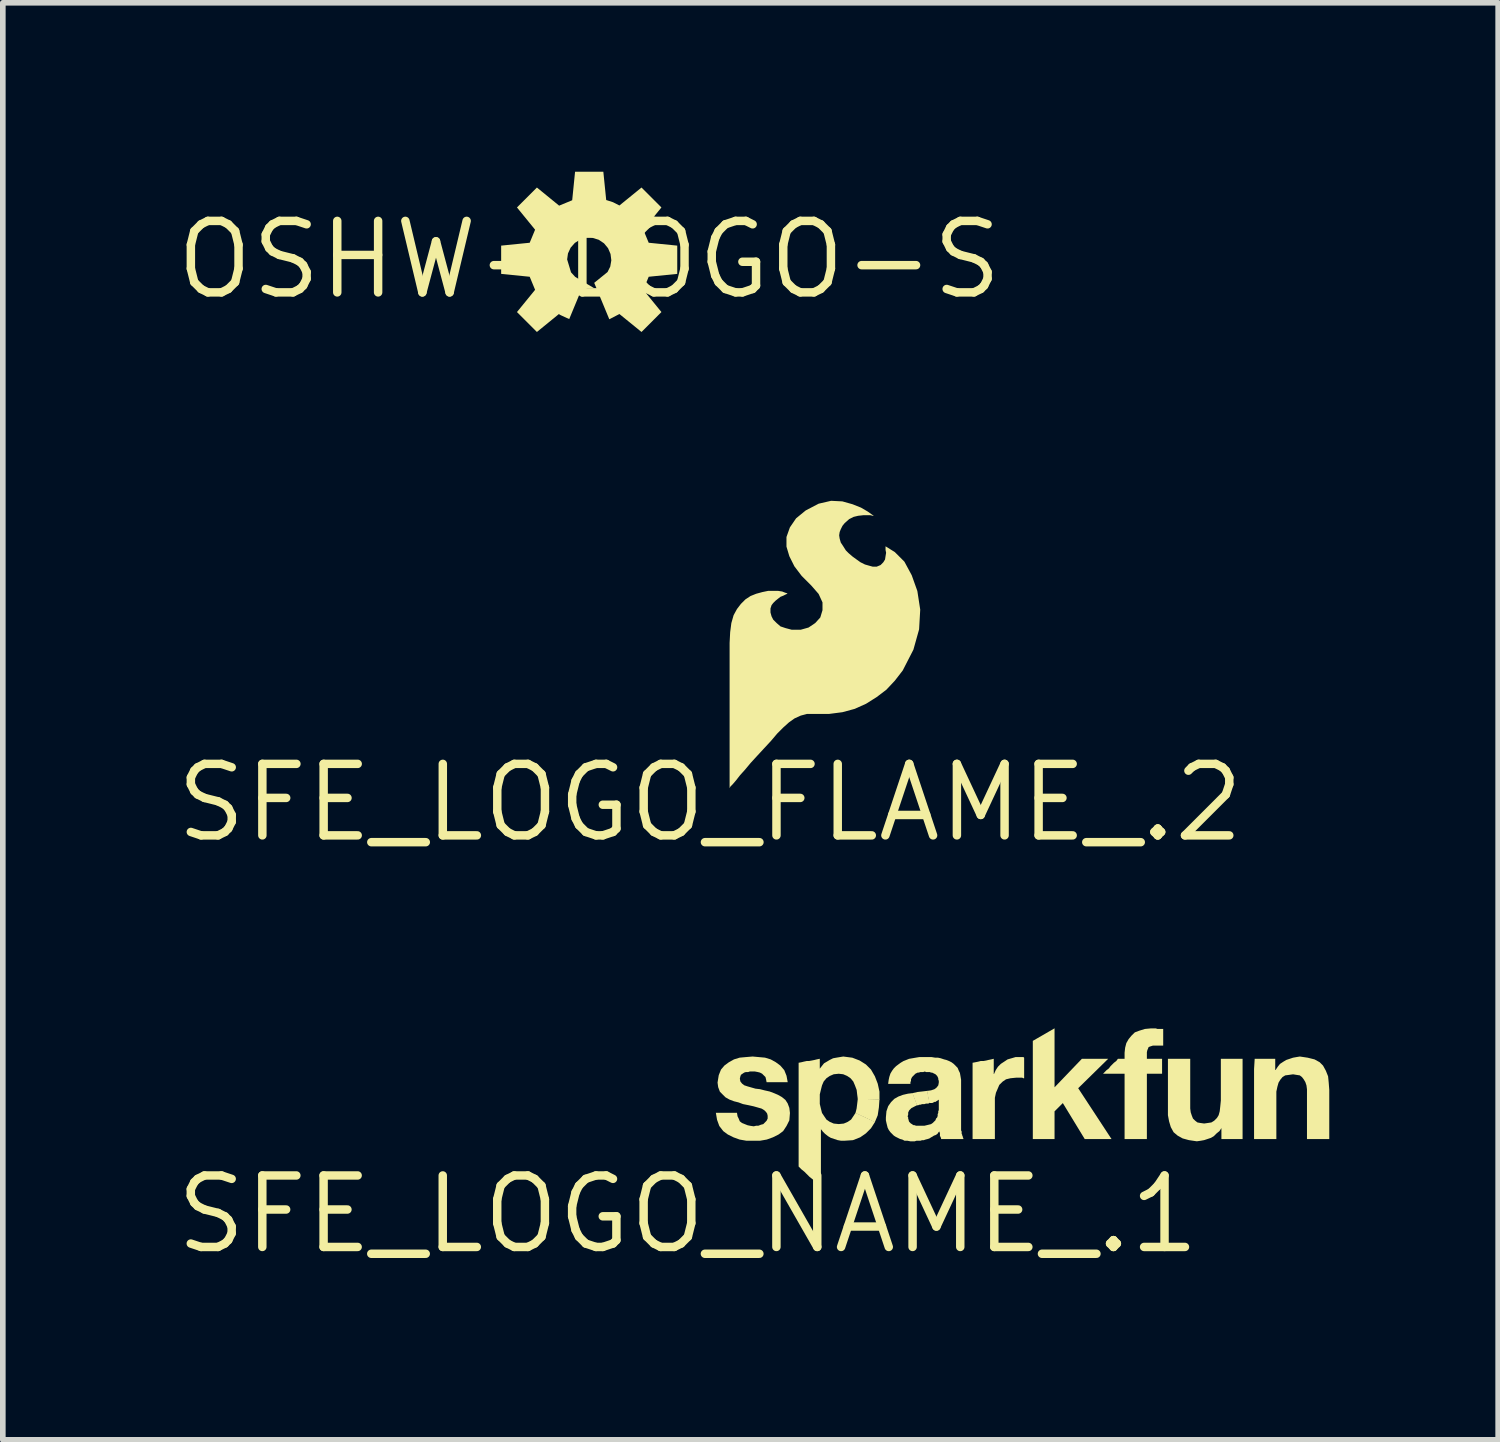
<source format=kicad_pcb>
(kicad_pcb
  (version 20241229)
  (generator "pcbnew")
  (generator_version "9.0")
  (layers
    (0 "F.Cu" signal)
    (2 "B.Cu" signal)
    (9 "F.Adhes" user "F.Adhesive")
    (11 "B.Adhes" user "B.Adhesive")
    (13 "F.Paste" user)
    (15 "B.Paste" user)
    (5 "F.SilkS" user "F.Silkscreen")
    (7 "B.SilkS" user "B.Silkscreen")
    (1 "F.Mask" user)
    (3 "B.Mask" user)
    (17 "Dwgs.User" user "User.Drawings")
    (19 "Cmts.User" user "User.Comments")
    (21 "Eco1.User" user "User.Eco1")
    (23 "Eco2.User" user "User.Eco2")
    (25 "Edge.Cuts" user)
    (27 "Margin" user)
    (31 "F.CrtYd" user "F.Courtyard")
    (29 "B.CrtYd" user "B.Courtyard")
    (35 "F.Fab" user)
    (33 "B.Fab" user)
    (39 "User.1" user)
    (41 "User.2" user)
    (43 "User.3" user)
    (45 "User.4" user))
  (footprint "SFE_LOGO_NAME_.1"
    (layer "F.Cu")
    (at 9.169 18.52)
    (property "Reference" "SFE_LOGO_NAME_.1" (at 0 0 0) (layer "F.SilkS") (effects (font (size 1.27 1.27) (thickness 0.15))))
    (fp_poly (pts (xy 3.403 -2.042) (xy 3.393 -1.9) (xy 3.372 -1.759) (xy 3.321 -1.637) (xy 2.977 -1.799) (xy 2.997 -1.88) (xy 3.007 -1.96) (xy 3.018 -2.053)) (stroke (width 0) (type default)) (fill yes) (layer "F.SilkS"))
    (fp_poly (pts (xy 6.513 -2.256) (xy 6.999 -2.763) (xy 7.466 -2.763) (xy 6.933 -2.24) (xy 7.525 -1.337) (xy 7.049 -1.337) (xy 6.66 -1.976) (xy 6.513 -1.829) (xy 6.513 -1.337) (xy 6.127 -1.337) (xy 6.127 -3.081) (xy 6.513 -3.304)) (stroke (width 0) (type default)) (fill yes) (layer "F.SilkS"))
    (fp_poly (pts (xy 4.293 -1.979) (xy 4.271 -1.967) (xy 4.23 -1.967) (xy 4.2 -1.957) (xy 4.16 -1.957) (xy 4.13 -1.947) (xy 4.111 -1.947) (xy 4.091 -1.937) (xy 4.068 -1.937) (xy 3.987 -2.152) (xy 4.08 -2.173) (xy 4.17 -2.183) (xy 4.252 -2.193)) (stroke (width 0) (type default)) (fill yes) (layer "F.SilkS"))
    (fp_poly (pts (xy 5.973 -2.781) (xy 5.973 -2.417) (xy 5.959 -2.417) (xy 5.939 -2.427) (xy 5.83 -2.427) (xy 5.73 -2.417) (xy 5.651 -2.398) (xy 5.592 -2.358) (xy 5.532 -2.299) (xy 5.502 -2.229) (xy 5.472 -2.159) (xy 5.453 -2.07) (xy 5.453 -1.337) (xy 5.057 -1.337) (xy 5.057 -2.692) (xy 5.11 -2.702) (xy 5.159 -2.712) (xy 5.2 -2.723) (xy 5.25 -2.723) (xy 5.299 -2.732) (xy 5.339 -2.742) (xy 5.389 -2.752) (xy 5.433 -2.763) (xy 5.433 -2.493) (xy 5.438 -2.493) (xy 5.468 -2.561) (xy 5.508 -2.622) (xy 5.558 -2.672) (xy 5.619 -2.712) (xy 5.679 -2.752) (xy 5.749 -2.772) (xy 5.82 -2.793) (xy 5.961 -2.793)) (stroke (width 0) (type default)) (fill yes) (layer "F.SilkS"))
    (fp_poly (pts (xy 8.34 -3.293) (xy 8.443 -3.293) (xy 8.443 -2.997) (xy 8.26 -2.997) (xy 8.201 -2.978) (xy 8.182 -2.968) (xy 8.172 -2.939) (xy 8.162 -2.919) (xy 8.153 -2.88) (xy 8.153 -2.763) (xy 8.423 -2.763) (xy 8.423 -2.497) (xy 8.153 -2.497) (xy 8.153 -1.337) (xy 7.757 -1.337) (xy 7.757 -2.497) (xy 7.374 -2.497) (xy 7.438 -2.562) (xy 7.478 -2.592) (xy 7.508 -2.632) (xy 7.568 -2.692) (xy 7.608 -2.722) (xy 7.639 -2.763) (xy 7.757 -2.763) (xy 7.757 -2.87) (xy 7.767 -2.96) (xy 7.788 -3.041) (xy 7.828 -3.111) (xy 7.878 -3.172) (xy 7.939 -3.232) (xy 8.019 -3.262) (xy 8.12 -3.293) (xy 8.23 -3.303) (xy 8.31 -3.303)) (stroke (width 0) (type default)) (fill yes) (layer "F.SilkS"))
    (fp_poly (pts (xy 8.923 -1.88) (xy 8.932 -1.811) (xy 8.952 -1.751) (xy 8.972 -1.701) (xy 9.012 -1.662) (xy 9.051 -1.632) (xy 9.1 -1.623) (xy 9.17 -1.613) (xy 9.24 -1.623) (xy 9.299 -1.632) (xy 9.348 -1.662) (xy 9.398 -1.712) (xy 9.428 -1.761) (xy 9.447 -1.83) (xy 9.457 -1.92) (xy 9.467 -2.02) (xy 9.467 -2.763) (xy 9.853 -2.763) (xy 9.853 -1.337) (xy 9.477 -1.337) (xy 9.477 -1.532) (xy 9.442 -1.478) (xy 9.392 -1.438) (xy 9.342 -1.388) (xy 9.291 -1.358) (xy 9.231 -1.338) (xy 9.171 -1.318) (xy 9.11 -1.307) (xy 9.04 -1.297) (xy 8.899 -1.318) (xy 8.789 -1.348) (xy 8.699 -1.398) (xy 8.628 -1.458) (xy 8.578 -1.549) (xy 8.548 -1.649) (xy 8.527 -1.76) (xy 8.527 -2.763) (xy 8.923 -2.763)) (stroke (width 0) (type default)) (fill yes) (layer "F.SilkS"))
    (fp_poly (pts (xy 11.01 -2.782) (xy 11.131 -2.752) (xy 11.222 -2.702) (xy 11.282 -2.642) (xy 11.332 -2.551) (xy 11.372 -2.451) (xy 11.383 -2.34) (xy 11.393 -2.21) (xy 11.393 -1.337) (xy 10.997 -1.337) (xy 10.997 -2.22) (xy 10.988 -2.289) (xy 10.968 -2.349) (xy 10.938 -2.399) (xy 10.908 -2.438) (xy 10.869 -2.468) (xy 10.81 -2.477) (xy 10.75 -2.487) (xy 10.68 -2.477) (xy 10.611 -2.468) (xy 10.562 -2.438) (xy 10.522 -2.389) (xy 10.492 -2.339) (xy 10.472 -2.269) (xy 10.453 -2.18) (xy 10.453 -1.337) (xy 10.057 -1.337) (xy 10.057 -2.58) (xy 10.068 -2.763) (xy 10.433 -2.763) (xy 10.433 -2.563) (xy 10.439 -2.563) (xy 10.478 -2.622) (xy 10.518 -2.672) (xy 10.579 -2.712) (xy 10.629 -2.742) (xy 10.689 -2.762) (xy 10.749 -2.782) (xy 10.81 -2.793) (xy 10.87 -2.803)) (stroke (width 0) (type default)) (fill yes) (layer "F.SilkS"))
    (fp_poly (pts (xy 2.921 -2.782) (xy 3.051 -2.732) (xy 3.162 -2.662) (xy 3.252 -2.572) (xy 3.322 -2.451) (xy 3.372 -2.321) (xy 3.403 -2.18) (xy 3.403 -2.037) (xy 3.018 -2.048) (xy 3.007 -2.13) (xy 2.998 -2.209) (xy 2.968 -2.289) (xy 2.938 -2.359) (xy 2.888 -2.418) (xy 2.829 -2.458) (xy 2.759 -2.488) (xy 2.68 -2.497) (xy 2.591 -2.488) (xy 2.521 -2.458) (xy 2.462 -2.418) (xy 2.412 -2.359) (xy 2.382 -2.289) (xy 2.362 -2.209) (xy 2.343 -2.13) (xy 2.343 -1.96) (xy 2.362 -1.881) (xy 2.382 -1.801) (xy 2.422 -1.741) (xy 2.462 -1.682) (xy 2.521 -1.642) (xy 2.591 -1.612) (xy 2.68 -1.603) (xy 2.769 -1.612) (xy 2.839 -1.642) (xy 2.898 -1.682) (xy 2.938 -1.741) (xy 2.979 -1.803) (xy 3.324 -1.641) (xy 3.252 -1.528) (xy 3.162 -1.438) (xy 3.061 -1.368) (xy 2.931 -1.317) (xy 2.78 -1.307) (xy 2.72 -1.307) (xy 2.659 -1.318) (xy 2.599 -1.338) (xy 2.539 -1.358) (xy 2.489 -1.388) (xy 2.438 -1.428) (xy 2.398 -1.468) (xy 2.363 -1.513) (xy 2.363 -0.495) (xy 2.308 -0.538) (xy 2.258 -0.588) (xy 2.208 -0.628) (xy 2.158 -0.668) (xy 2.108 -0.718) (xy 2.068 -0.758) (xy 2.018 -0.798) (xy 1.967 -0.849) (xy 1.967 -2.692) (xy 2.019 -2.702) (xy 2.059 -2.712) (xy 2.11 -2.723) (xy 2.15 -2.723) (xy 2.2 -2.732) (xy 2.249 -2.742) (xy 2.289 -2.752) (xy 2.343 -2.763) (xy 2.343 -2.587) (xy 2.378 -2.632) (xy 2.418 -2.682) (xy 2.469 -2.712) (xy 2.519 -2.742) (xy 2.579 -2.772) (xy 2.64 -2.783) (xy 2.76 -2.803)) (stroke (width 0) (type default)) (fill yes) (layer "F.SilkS"))
    (fp_poly (pts (xy 1.26 -2.793) (xy 1.37 -2.783) (xy 1.471 -2.752) (xy 1.561 -2.702) (xy 1.642 -2.642) (xy 1.712 -2.561) (xy 1.752 -2.461) (xy 1.773 -2.347) (xy 1.398 -2.347) (xy 1.388 -2.399) (xy 1.378 -2.439) (xy 1.348 -2.468) (xy 1.318 -2.498) (xy 1.279 -2.518) (xy 1.239 -2.528) (xy 1.19 -2.537) (xy 1.1 -2.537) (xy 1.07 -2.527) (xy 1.03 -2.527) (xy 1.001 -2.518) (xy 0.971 -2.498) (xy 0.942 -2.478) (xy 0.932 -2.449) (xy 0.923 -2.41) (xy 0.932 -2.361) (xy 0.962 -2.322) (xy 1.001 -2.292) (xy 1.061 -2.272) (xy 1.131 -2.252) (xy 1.201 -2.232) (xy 1.28 -2.223) (xy 1.361 -2.202) (xy 1.451 -2.182) (xy 1.531 -2.152) (xy 1.601 -2.122) (xy 1.671 -2.082) (xy 1.732 -2.032) (xy 1.772 -1.971) (xy 1.802 -1.891) (xy 1.813 -1.8) (xy 1.802 -1.669) (xy 1.752 -1.569) (xy 1.692 -1.478) (xy 1.611 -1.418) (xy 1.511 -1.368) (xy 1.401 -1.328) (xy 1.28 -1.307) (xy 1.04 -1.307) (xy 0.919 -1.328) (xy 0.809 -1.368) (xy 0.709 -1.418) (xy 0.628 -1.478) (xy 0.558 -1.569) (xy 0.518 -1.679) (xy 0.497 -1.803) (xy 0.872 -1.803) (xy 0.882 -1.741) (xy 0.902 -1.701) (xy 0.922 -1.652) (xy 0.961 -1.622) (xy 1.011 -1.602) (xy 1.061 -1.582) (xy 1.11 -1.572) (xy 1.17 -1.563) (xy 1.21 -1.573) (xy 1.25 -1.573) (xy 1.299 -1.592) (xy 1.339 -1.602) (xy 1.398 -1.662) (xy 1.417 -1.701) (xy 1.417 -1.75) (xy 1.408 -1.789) (xy 1.388 -1.818) (xy 1.358 -1.848) (xy 1.309 -1.878) (xy 1.239 -1.898) (xy 1.169 -1.918) (xy 1.079 -1.938) (xy 0.979 -1.958) (xy 0.899 -1.988) (xy 0.819 -2.008) (xy 0.739 -2.038) (xy 0.668 -2.078) (xy 0.618 -2.128) (xy 0.568 -2.179) (xy 0.538 -2.259) (xy 0.527 -2.34) (xy 0.548 -2.471) (xy 0.588 -2.571) (xy 0.648 -2.642) (xy 0.729 -2.702) (xy 0.819 -2.752) (xy 0.92 -2.783) (xy 1.03 -2.793) (xy 1.15 -2.803)) (stroke (width 0) (type default)) (fill yes) (layer "F.SilkS"))
    (fp_poly (pts (xy 4.39 -2.783) (xy 4.44 -2.783) (xy 4.491 -2.772) (xy 4.551 -2.752) (xy 4.591 -2.742) (xy 4.641 -2.722) (xy 4.681 -2.702) (xy 4.722 -2.672) (xy 4.792 -2.601) (xy 4.812 -2.551) (xy 4.832 -2.511) (xy 4.843 -2.45) (xy 4.853 -2.39) (xy 4.853 -1.491) (xy 4.863 -1.471) (xy 4.863 -1.431) (xy 4.873 -1.411) (xy 4.873 -1.401) (xy 4.883 -1.381) (xy 4.883 -1.371) (xy 4.893 -1.351) (xy 4.893 -1.337) (xy 4.497 -1.337) (xy 4.497 -1.359) (xy 4.487 -1.369) (xy 4.487 -1.379) (xy 4.477 -1.389) (xy 4.477 -1.449) (xy 4.467 -1.459) (xy 4.467 -1.474) (xy 4.452 -1.458) (xy 4.432 -1.428) (xy 4.401 -1.408) (xy 4.371 -1.398) (xy 4.341 -1.378) (xy 4.321 -1.368) (xy 4.291 -1.348) (xy 4.261 -1.338) (xy 4.221 -1.328) (xy 4.19 -1.317) (xy 4.16 -1.317) (xy 4.13 -1.307) (xy 4.06 -1.307) (xy 4.03 -1.297) (xy 3.95 -1.297) (xy 3.9 -1.307) (xy 3.849 -1.307) (xy 3.809 -1.328) (xy 3.769 -1.338) (xy 3.729 -1.358) (xy 3.689 -1.378) (xy 3.658 -1.398) (xy 3.598 -1.458) (xy 3.568 -1.499) (xy 3.548 -1.539) (xy 3.538 -1.579) (xy 3.528 -1.619) (xy 3.517 -1.67) (xy 3.517 -1.72) (xy 3.527 -1.831) (xy 3.558 -1.921) (xy 3.608 -1.992) (xy 3.668 -2.052) (xy 3.739 -2.092) (xy 3.819 -2.122) (xy 3.91 -2.143) (xy 3.992 -2.153) (xy 4.073 -1.939) (xy 3.972 -1.888) (xy 3.932 -1.848) (xy 3.913 -1.809) (xy 3.913 -1.77) (xy 3.903 -1.74) (xy 3.913 -1.721) (xy 3.913 -1.7) (xy 3.923 -1.67) (xy 3.923 -1.661) (xy 3.932 -1.642) (xy 3.952 -1.622) (xy 3.962 -1.612) (xy 3.982 -1.602) (xy 3.992 -1.592) (xy 4.011 -1.583) (xy 4.031 -1.583) (xy 4.051 -1.573) (xy 4.2 -1.573) (xy 4.279 -1.592) (xy 4.319 -1.602) (xy 4.348 -1.622) (xy 4.398 -1.671) (xy 4.408 -1.701) (xy 4.428 -1.721) (xy 4.437 -1.75) (xy 4.437 -1.781) (xy 4.447 -1.801) (xy 4.447 -1.831) (xy 4.457 -1.851) (xy 4.457 -2.036) (xy 4.442 -2.028) (xy 4.432 -2.018) (xy 4.412 -2.008) (xy 4.401 -1.997) (xy 4.381 -1.997) (xy 4.341 -1.977) (xy 4.288 -1.977) (xy 4.247 -2.192) (xy 4.319 -2.202) (xy 4.379 -2.222) (xy 4.418 -2.252) (xy 4.448 -2.291) (xy 4.457 -2.34) (xy 4.457 -2.37) (xy 4.447 -2.4) (xy 4.447 -2.419) (xy 4.428 -2.458) (xy 4.398 -2.488) (xy 4.339 -2.517) (xy 4.319 -2.517) (xy 4.299 -2.527) (xy 4.229 -2.527) (xy 4.21 -2.537) (xy 4.18 -2.527) (xy 4.13 -2.527) (xy 4.1 -2.517) (xy 4.081 -2.517) (xy 4.042 -2.498) (xy 3.982 -2.438) (xy 3.963 -2.399) (xy 3.963 -2.369) (xy 3.953 -2.349) (xy 3.953 -2.317) (xy 3.557 -2.317) (xy 3.567 -2.39) (xy 3.578 -2.441) (xy 3.598 -2.501) (xy 3.628 -2.551) (xy 3.658 -2.592) (xy 3.698 -2.632) (xy 3.738 -2.662) (xy 3.779 -2.692) (xy 3.829 -2.722) (xy 3.879 -2.742) (xy 3.929 -2.762) (xy 4.05 -2.783) (xy 4.11 -2.793) (xy 4.33 -2.793)) (stroke (width 0) (type default)) (fill yes) (layer "F.SilkS")))
  (footprint "SFE_LOGO_FLAME_.2"
    (layer "F.Cu")
    (at 9.563 11.209)
    (property "Reference" "SFE_LOGO_FLAME_.2" (at 0 0 0) (layer "F.SilkS") (effects (font (size 1.27 1.27) (thickness 0.15))))
    (fp_poly (pts (xy 2.35 -5.353) (xy 2.531 -5.302) (xy 2.681 -5.242) (xy 2.801 -5.172) (xy 2.871 -5.122) (xy 2.908 -5.097) (xy 2.89 -5.097) (xy 2.85 -5.107) (xy 2.72 -5.107) (xy 2.63 -5.097) (xy 2.551 -5.078) (xy 2.471 -5.038) (xy 2.392 -4.968) (xy 2.352 -4.919) (xy 2.322 -4.859) (xy 2.302 -4.809) (xy 2.293 -4.75) (xy 2.302 -4.691) (xy 2.322 -4.621) (xy 2.362 -4.561) (xy 2.412 -4.482) (xy 2.462 -4.432) (xy 2.532 -4.372) (xy 2.601 -4.322) (xy 2.671 -4.272) (xy 2.751 -4.232) (xy 2.821 -4.212) (xy 2.89 -4.193) (xy 2.959 -4.193) (xy 3.029 -4.222) (xy 3.078 -4.272) (xy 3.108 -4.321) (xy 3.117 -4.38) (xy 3.127 -4.44) (xy 3.117 -4.49) (xy 3.117 -4.555) (xy 3.282 -4.452) (xy 3.452 -4.282) (xy 3.582 -4.041) (xy 3.682 -3.761) (xy 3.733 -3.43) (xy 3.713 -3.08) (xy 3.612 -2.719) (xy 3.422 -2.349) (xy 3.282 -2.168) (xy 3.132 -2.008) (xy 2.961 -1.878) (xy 2.771 -1.758) (xy 2.571 -1.668) (xy 2.35 -1.608) (xy 2.11 -1.577) (xy 1.72 -1.577) (xy 1.611 -1.548) (xy 1.501 -1.498) (xy 1.402 -1.428) (xy 1.302 -1.338) (xy 1.192 -1.228) (xy 1.082 -1.098) (xy 0.952 -0.958) (xy 0.952 -0.958) (xy 0.832 -0.828) (xy 0.722 -0.708) (xy 0.622 -0.588) (xy 0.532 -0.488) (xy 0.462 -0.398) (xy 0.402 -0.328) (xy 0.362 -0.288) (xy 0.347 -0.259) (xy 0.347 -2.84) (xy 0.357 -3.03) (xy 0.378 -3.191) (xy 0.418 -3.331) (xy 0.478 -3.441) (xy 0.548 -3.532) (xy 0.628 -3.612) (xy 0.719 -3.672) (xy 0.819 -3.712) (xy 0.929 -3.742) (xy 1.03 -3.763) (xy 1.21 -3.763) (xy 1.281 -3.752) (xy 1.331 -3.732) (xy 1.36 -3.723) (xy 1.376 -3.723) (xy 1.362 -3.708) (xy 1.341 -3.698) (xy 1.301 -3.678) (xy 1.251 -3.658) (xy 1.212 -3.628) (xy 1.162 -3.588) (xy 1.122 -3.548) (xy 1.092 -3.509) (xy 1.073 -3.45) (xy 1.073 -3.38) (xy 1.092 -3.311) (xy 1.122 -3.252) (xy 1.182 -3.192) (xy 1.251 -3.132) (xy 1.341 -3.102) (xy 1.45 -3.073) (xy 1.61 -3.073) (xy 1.749 -3.112) (xy 1.868 -3.192) (xy 1.958 -3.291) (xy 1.997 -3.42) (xy 1.997 -3.559) (xy 1.928 -3.709) (xy 1.798 -3.858) (xy 1.628 -4.028) (xy 1.498 -4.199) (xy 1.408 -4.379) (xy 1.357 -4.55) (xy 1.357 -4.72) (xy 1.418 -4.891) (xy 1.528 -5.052) (xy 1.699 -5.192) (xy 1.929 -5.312) (xy 2.15 -5.363)) (stroke (width 0) (type default)) (fill yes) (layer "F.SilkS")))
  (footprint "OSHW-LOGO-S"
    (layer "F.Cu")
    (at 7.416 1.564)
    (property "Reference" "OSHW-LOGO-S" (at 0 0 0) (layer "F.SilkS") (effects (font (size 1.27 1.27) (thickness 0.15))))
    (fp_poly (pts (xy 0.302 -1.061) (xy 0.423 -1.022) (xy 0.537 -0.964) (xy 0.929 -1.283) (xy 1.283 -0.929) (xy 0.961 -0.534) (xy 1.057 -0.302) (xy 1.564 -0.251) (xy 1.564 0.251) (xy 1.057 0.302) (xy 0.961 0.534) (xy 1.283 0.929) (xy 0.929 1.283) (xy 0.537 0.964) (xy 0.357 1.057) (xy 0.089 0.41) (xy 0.326 0.218) (xy 0.374 0.121) (xy 0.393 0.01) (xy 0.379 -0.102) (xy 0.335 -0.205) (xy 0.263 -0.292) (xy 0.169 -0.355) (xy 0.061 -0.388) (xy -0.051 -0.389) (xy -0.16 -0.359) (xy -0.255 -0.299) (xy -0.33 -0.214) (xy -0.377 -0.112) (xy -0.392 -0.006) (xy -0.323 0.223) (xy -0.249 0.304) (xy 0.092 0.508) (xy -0.129 0.508) (xy -0.355 1.054) (xy -0.507 0.984) (xy -0.539 0.965) (xy -0.929 1.283) (xy -1.283 0.929) (xy -0.961 0.534) (xy -1.057 0.302) (xy -1.564 0.251) (xy -1.564 -0.251) (xy -1.057 -0.302) (xy -0.961 -0.534) (xy -1.283 -0.929) (xy -0.929 -1.283) (xy -0.534 -0.961) (xy -0.302 -1.057) (xy -0.251 -1.564) (xy 0.251 -1.564)) (stroke (width 0) (type default)) (fill yes) (layer "F.SilkS")))
  (gr_rect
    (start -3 -3)
    (end 23.562 22.526)
    (stroke (width 0.1) (type default))
    (fill no)
    (layer "Edge.Cuts")))
</source>
